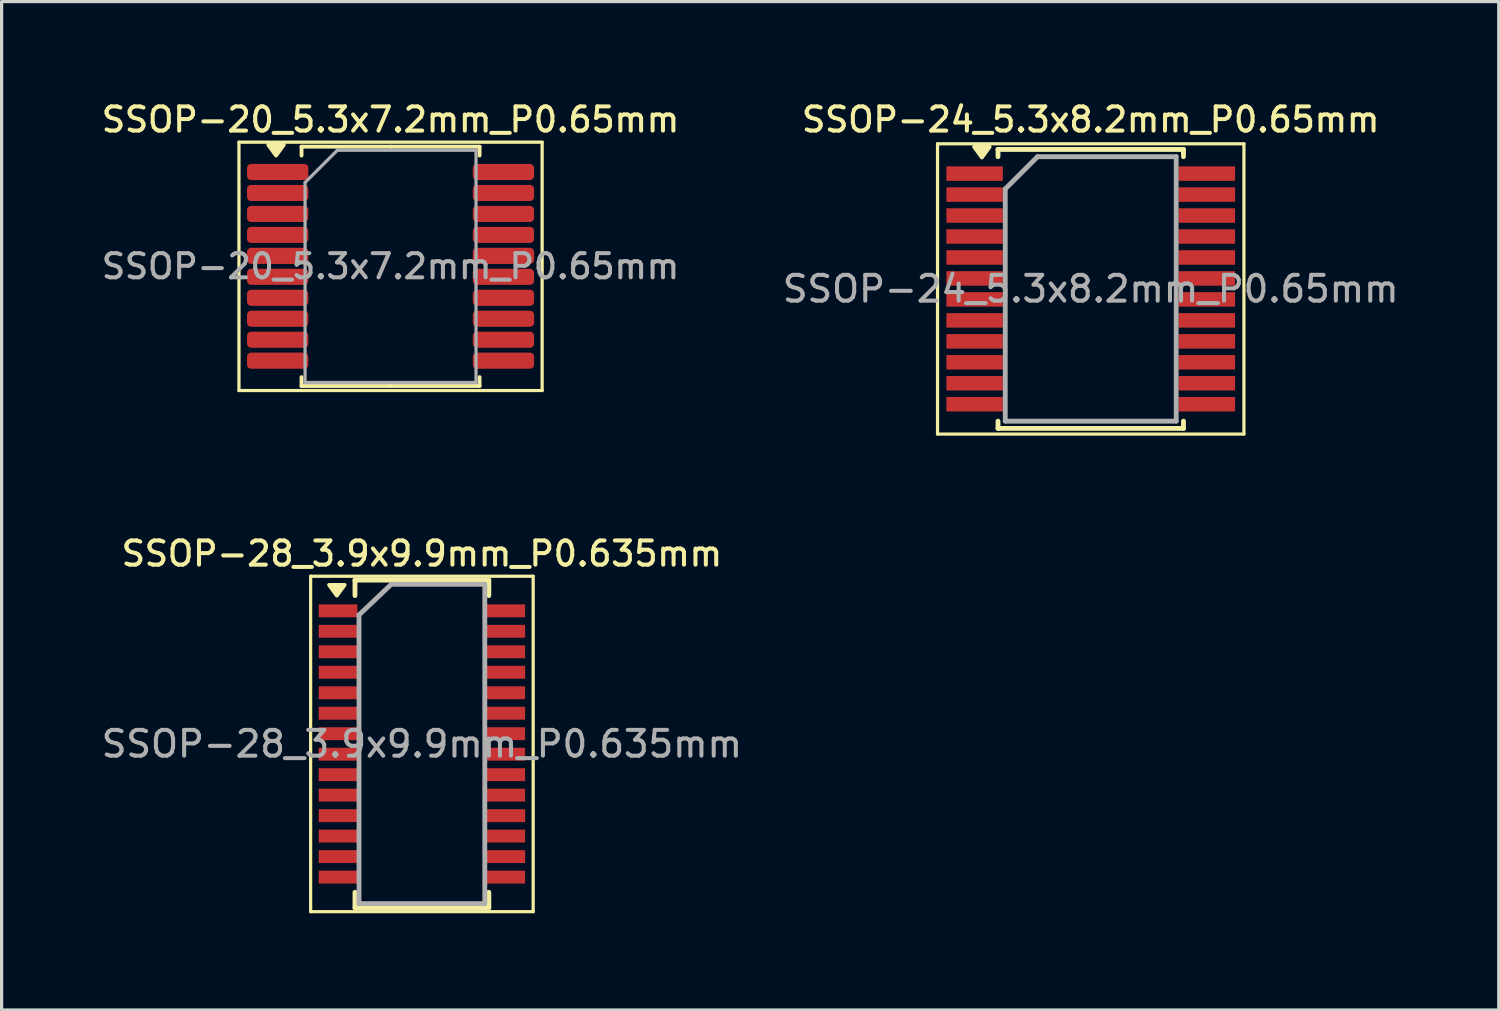
<source format=kicad_pcb>
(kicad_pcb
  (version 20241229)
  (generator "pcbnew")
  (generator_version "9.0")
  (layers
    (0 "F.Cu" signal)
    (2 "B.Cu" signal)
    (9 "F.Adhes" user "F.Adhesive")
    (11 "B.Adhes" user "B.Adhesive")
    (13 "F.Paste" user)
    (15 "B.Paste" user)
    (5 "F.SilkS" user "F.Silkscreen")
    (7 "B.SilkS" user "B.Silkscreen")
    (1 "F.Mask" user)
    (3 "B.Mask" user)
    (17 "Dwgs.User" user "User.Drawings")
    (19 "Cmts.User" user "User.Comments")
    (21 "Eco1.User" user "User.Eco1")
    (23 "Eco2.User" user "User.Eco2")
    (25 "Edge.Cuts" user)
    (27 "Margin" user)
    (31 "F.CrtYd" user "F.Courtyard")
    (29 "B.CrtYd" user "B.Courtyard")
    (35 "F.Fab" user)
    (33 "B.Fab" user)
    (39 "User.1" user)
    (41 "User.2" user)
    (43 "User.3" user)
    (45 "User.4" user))
  (footprint "SSOP-20_5.3x7.2mm_P0.65mm"
    (layer "F.Cu")
    (at 9.059 5.208)
    (property "Reference" "SSOP-20_5.3x7.2mm_P0.65mm" (at 0 -4.55 0) (layer "F.SilkS") (effects (font (size 0.75 0.75) (thickness 0.125))))
    (attr smd)
    (fp_line (start -4.7 -3.85) (end -4.7 3.85) (stroke (width 0.1) (type solid)) (layer "F.SilkS"))
    (fp_line (start -4.7 3.85) (end 4.7 3.85) (stroke (width 0.1) (type solid)) (layer "F.SilkS"))
    (fp_line (start -2.76 -3.71) (end -2.76 -3.435) (stroke (width 0.12) (type solid)) (layer "F.SilkS"))
    (fp_line (start -2.76 3.71) (end -2.76 3.435) (stroke (width 0.12) (type solid)) (layer "F.SilkS"))
    (fp_line (start 0 -3.71) (end -2.76 -3.71) (stroke (width 0.12) (type solid)) (layer "F.SilkS"))
    (fp_line (start 0 -3.71) (end 2.76 -3.71) (stroke (width 0.12) (type solid)) (layer "F.SilkS"))
    (fp_line (start 0 3.71) (end -2.76 3.71) (stroke (width 0.12) (type solid)) (layer "F.SilkS"))
    (fp_line (start 0 3.71) (end 2.76 3.71) (stroke (width 0.12) (type solid)) (layer "F.SilkS"))
    (fp_line (start 2.76 -3.71) (end 2.76 -3.435) (stroke (width 0.12) (type solid)) (layer "F.SilkS"))
    (fp_line (start 2.76 3.71) (end 2.76 3.435) (stroke (width 0.12) (type solid)) (layer "F.SilkS"))
    (fp_line (start 4.7 -3.85) (end -4.7 -3.85) (stroke (width 0.1) (type solid)) (layer "F.SilkS"))
    (fp_line (start 4.7 3.85) (end 4.7 -3.85) (stroke (width 0.1) (type solid)) (layer "F.SilkS"))
    (fp_poly (pts (xy -3.55 -3.435) (xy -3.79 -3.765) (xy -3.31 -3.765) (xy -3.55 -3.435)) (stroke (width 0.12) (type solid)) (fill yes) (layer "F.SilkS"))
    (fp_line (start -2.65 -2.6) (end -1.65 -3.6) (stroke (width 0.1) (type solid)) (layer "F.Fab"))
    (fp_line (start -2.65 3.6) (end -2.65 -2.6) (stroke (width 0.1) (type solid)) (layer "F.Fab"))
    (fp_line (start -1.65 -3.6) (end 2.65 -3.6) (stroke (width 0.1) (type solid)) (layer "F.Fab"))
    (fp_line (start 2.65 -3.6) (end 2.65 3.6) (stroke (width 0.1) (type solid)) (layer "F.Fab"))
    (fp_line (start 2.65 3.6) (end -2.65 3.6) (stroke (width 0.1) (type solid)) (layer "F.Fab"))
    (fp_text user "${REFERENCE}" (at 0 0 0) (layer "F.Fab") (effects (font (size 0.75 0.75) (thickness 0.125))))
    (pad "1" smd roundrect (at -3.5 -2.925) (size 1.9 0.5) (layers "F.Cu" "F.Mask" "F.Paste") (roundrect_rratio 0.25))
    (pad "2" smd roundrect (at -3.5 -2.275) (size 1.9 0.5) (layers "F.Cu" "F.Mask" "F.Paste") (roundrect_rratio 0.25))
    (pad "3" smd roundrect (at -3.5 -1.625) (size 1.9 0.5) (layers "F.Cu" "F.Mask" "F.Paste") (roundrect_rratio 0.25))
    (pad "4" smd roundrect (at -3.5 -0.975) (size 1.9 0.5) (layers "F.Cu" "F.Mask" "F.Paste") (roundrect_rratio 0.25))
    (pad "5" smd roundrect (at -3.5 -0.325) (size 1.9 0.5) (layers "F.Cu" "F.Mask" "F.Paste") (roundrect_rratio 0.25))
    (pad "6" smd roundrect (at -3.5 0.325) (size 1.9 0.5) (layers "F.Cu" "F.Mask" "F.Paste") (roundrect_rratio 0.25))
    (pad "7" smd roundrect (at -3.5 0.975) (size 1.9 0.5) (layers "F.Cu" "F.Mask" "F.Paste") (roundrect_rratio 0.25))
    (pad "8" smd roundrect (at -3.5 1.625) (size 1.9 0.5) (layers "F.Cu" "F.Mask" "F.Paste") (roundrect_rratio 0.25))
    (pad "9" smd roundrect (at -3.5 2.275) (size 1.9 0.5) (layers "F.Cu" "F.Mask" "F.Paste") (roundrect_rratio 0.25))
    (pad "10" smd roundrect (at -3.5 2.925) (size 1.9 0.5) (layers "F.Cu" "F.Mask" "F.Paste") (roundrect_rratio 0.25))
    (pad "11" smd roundrect (at 3.5 2.925) (size 1.9 0.5) (layers "F.Cu" "F.Mask" "F.Paste") (roundrect_rratio 0.25))
    (pad "12" smd roundrect (at 3.5 2.275) (size 1.9 0.5) (layers "F.Cu" "F.Mask" "F.Paste") (roundrect_rratio 0.25))
    (pad "13" smd roundrect (at 3.5 1.625) (size 1.9 0.5) (layers "F.Cu" "F.Mask" "F.Paste") (roundrect_rratio 0.25))
    (pad "14" smd roundrect (at 3.5 0.975) (size 1.9 0.5) (layers "F.Cu" "F.Mask" "F.Paste") (roundrect_rratio 0.25))
    (pad "15" smd roundrect (at 3.5 0.325) (size 1.9 0.5) (layers "F.Cu" "F.Mask" "F.Paste") (roundrect_rratio 0.25))
    (pad "16" smd roundrect (at 3.5 -0.325) (size 1.9 0.5) (layers "F.Cu" "F.Mask" "F.Paste") (roundrect_rratio 0.25))
    (pad "17" smd roundrect (at 3.5 -0.975) (size 1.9 0.5) (layers "F.Cu" "F.Mask" "F.Paste") (roundrect_rratio 0.25))
    (pad "18" smd roundrect (at 3.5 -1.625) (size 1.9 0.5) (layers "F.Cu" "F.Mask" "F.Paste") (roundrect_rratio 0.25))
    (pad "19" smd roundrect (at 3.5 -2.275) (size 1.9 0.5) (layers "F.Cu" "F.Mask" "F.Paste") (roundrect_rratio 0.25))
    (pad "20" smd roundrect (at 3.5 -2.925) (size 1.9 0.5) (layers "F.Cu" "F.Mask" "F.Paste") (roundrect_rratio 0.25)))
  (footprint "SSOP-28_3.9x9.9mm_P0.635mm"
    (layer "F.Cu")
    (at 10.031 20.016)
    (property "Reference" "SSOP-28_3.9x9.9mm_P0.635mm" (at 0 -5.9 0) (layer "F.SilkS") (effects (font (size 0.75 0.75) (thickness 0.125))))
    (attr smd)
    (fp_line (start -3.45 -5.2) (end -3.45 5.2) (stroke (width 0.1) (type solid)) (layer "F.SilkS"))
    (fp_line (start -3.45 -5.2) (end 3.45 -5.2) (stroke (width 0.1) (type solid)) (layer "F.SilkS"))
    (fp_line (start -3.45 5.2) (end 3.45 5.2) (stroke (width 0.1) (type solid)) (layer "F.SilkS"))
    (fp_line (start -2.075 -5.08) (end -2.075 -4.6) (stroke (width 0.15) (type solid)) (layer "F.SilkS"))
    (fp_line (start -2.075 -5.08) (end 2.075 -5.08) (stroke (width 0.15) (type solid)) (layer "F.SilkS"))
    (fp_line (start -2.075 5.08) (end -2.075 4.6) (stroke (width 0.15) (type solid)) (layer "F.SilkS"))
    (fp_line (start -2.075 5.08) (end 2.075 5.08) (stroke (width 0.15) (type solid)) (layer "F.SilkS"))
    (fp_line (start 2.075 -5.08) (end 2.075 -4.6) (stroke (width 0.15) (type solid)) (layer "F.SilkS"))
    (fp_line (start 2.075 5.08) (end 2.075 4.6) (stroke (width 0.15) (type solid)) (layer "F.SilkS"))
    (fp_line (start 3.45 -5.2) (end 3.45 5.2) (stroke (width 0.1) (type solid)) (layer "F.SilkS"))
    (fp_poly (pts (xy -2.638 -4.6) (xy -2.877 -4.93) (xy -2.397 -4.93) (xy -2.638 -4.6)) (stroke (width 0.12) (type solid)) (fill yes) (layer "F.SilkS"))
    (fp_line (start -1.95 -4) (end -0.95 -4.95) (stroke (width 0.15) (type solid)) (layer "F.Fab"))
    (fp_line (start -1.95 4.95) (end -1.95 -4) (stroke (width 0.15) (type solid)) (layer "F.Fab"))
    (fp_line (start -0.95 -4.95) (end 1.95 -4.95) (stroke (width 0.15) (type solid)) (layer "F.Fab"))
    (fp_line (start 1.95 -4.95) (end 1.95 4.95) (stroke (width 0.15) (type solid)) (layer "F.Fab"))
    (fp_line (start 1.95 4.95) (end -1.95 4.95) (stroke (width 0.15) (type solid)) (layer "F.Fab"))
    (fp_text user "${REFERENCE}" (at 0 0 0) (layer "F.Fab") (effects (font (size 0.8 0.8) (thickness 0.125))))
    (pad "1" smd rect (at -2.6 -4.128) (size 1.2 0.4) (layers "F.Cu" "F.Mask" "F.Paste"))
    (pad "2" smd rect (at -2.6 -3.493) (size 1.2 0.4) (layers "F.Cu" "F.Mask" "F.Paste"))
    (pad "3" smd rect (at -2.6 -2.857) (size 1.2 0.4) (layers "F.Cu" "F.Mask" "F.Paste"))
    (pad "4" smd rect (at -2.6 -2.223) (size 1.2 0.4) (layers "F.Cu" "F.Mask" "F.Paste"))
    (pad "5" smd rect (at -2.6 -1.587) (size 1.2 0.4) (layers "F.Cu" "F.Mask" "F.Paste"))
    (pad "6" smd rect (at -2.6 -0.953) (size 1.2 0.4) (layers "F.Cu" "F.Mask" "F.Paste"))
    (pad "7" smd rect (at -2.6 -0.318) (size 1.2 0.4) (layers "F.Cu" "F.Mask" "F.Paste"))
    (pad "8" smd rect (at -2.6 0.318) (size 1.2 0.4) (layers "F.Cu" "F.Mask" "F.Paste"))
    (pad "9" smd rect (at -2.6 0.953) (size 1.2 0.4) (layers "F.Cu" "F.Mask" "F.Paste"))
    (pad "10" smd rect (at -2.6 1.587) (size 1.2 0.4) (layers "F.Cu" "F.Mask" "F.Paste"))
    (pad "11" smd rect (at -2.6 2.223) (size 1.2 0.4) (layers "F.Cu" "F.Mask" "F.Paste"))
    (pad "12" smd rect (at -2.6 2.857) (size 1.2 0.4) (layers "F.Cu" "F.Mask" "F.Paste"))
    (pad "13" smd rect (at -2.6 3.493) (size 1.2 0.4) (layers "F.Cu" "F.Mask" "F.Paste"))
    (pad "14" smd rect (at -2.6 4.128) (size 1.2 0.4) (layers "F.Cu" "F.Mask" "F.Paste"))
    (pad "15" smd rect (at 2.6 4.128) (size 1.2 0.4) (layers "F.Cu" "F.Mask" "F.Paste"))
    (pad "16" smd rect (at 2.6 3.493) (size 1.2 0.4) (layers "F.Cu" "F.Mask" "F.Paste"))
    (pad "17" smd rect (at 2.6 2.857) (size 1.2 0.4) (layers "F.Cu" "F.Mask" "F.Paste"))
    (pad "18" smd rect (at 2.6 2.223) (size 1.2 0.4) (layers "F.Cu" "F.Mask" "F.Paste"))
    (pad "19" smd rect (at 2.6 1.587) (size 1.2 0.4) (layers "F.Cu" "F.Mask" "F.Paste"))
    (pad "20" smd rect (at 2.6 0.953) (size 1.2 0.4) (layers "F.Cu" "F.Mask" "F.Paste"))
    (pad "21" smd rect (at 2.6 0.318) (size 1.2 0.4) (layers "F.Cu" "F.Mask" "F.Paste"))
    (pad "22" smd rect (at 2.6 -0.318) (size 1.2 0.4) (layers "F.Cu" "F.Mask" "F.Paste"))
    (pad "23" smd rect (at 2.6 -0.953) (size 1.2 0.4) (layers "F.Cu" "F.Mask" "F.Paste"))
    (pad "24" smd rect (at 2.6 -1.587) (size 1.2 0.4) (layers "F.Cu" "F.Mask" "F.Paste"))
    (pad "25" smd rect (at 2.6 -2.223) (size 1.2 0.4) (layers "F.Cu" "F.Mask" "F.Paste"))
    (pad "26" smd rect (at 2.6 -2.857) (size 1.2 0.4) (layers "F.Cu" "F.Mask" "F.Paste"))
    (pad "27" smd rect (at 2.6 -3.493) (size 1.2 0.4) (layers "F.Cu" "F.Mask" "F.Paste"))
    (pad "28" smd rect (at 2.6 -4.128) (size 1.2 0.4) (layers "F.Cu" "F.Mask" "F.Paste")))
  (footprint "SSOP-24_5.3x8.2mm_P0.65mm"
    (layer "F.Cu")
    (at 30.768 5.908)
    (property "Reference" "SSOP-24_5.3x8.2mm_P0.65mm" (at 0 -5.25 0) (layer "F.SilkS") (effects (font (size 0.75 0.75) (thickness 0.125))))
    (attr smd)
    (fp_line (start -4.75 -4.5) (end -4.75 4.5) (stroke (width 0.1) (type solid)) (layer "F.SilkS"))
    (fp_line (start -4.75 -4.5) (end 4.75 -4.5) (stroke (width 0.1) (type solid)) (layer "F.SilkS"))
    (fp_line (start -4.75 4.5) (end 4.75 4.5) (stroke (width 0.1) (type solid)) (layer "F.SilkS"))
    (fp_line (start -2.875 -4.325) (end -2.875 -4.1) (stroke (width 0.15) (type solid)) (layer "F.SilkS"))
    (fp_line (start -2.875 -4.325) (end 2.875 -4.325) (stroke (width 0.15) (type solid)) (layer "F.SilkS"))
    (fp_line (start -2.875 4.325) (end -2.875 4.1) (stroke (width 0.15) (type solid)) (layer "F.SilkS"))
    (fp_line (start -2.875 4.325) (end 2.875 4.325) (stroke (width 0.15) (type solid)) (layer "F.SilkS"))
    (fp_line (start 2.875 -4.325) (end 2.875 -4.1) (stroke (width 0.15) (type solid)) (layer "F.SilkS"))
    (fp_line (start 2.875 4.325) (end 2.875 4.1) (stroke (width 0.15) (type solid)) (layer "F.SilkS"))
    (fp_line (start 4.75 -4.5) (end 4.75 4.5) (stroke (width 0.1) (type solid)) (layer "F.SilkS"))
    (fp_poly (pts (xy -3.375 -4.075) (xy -3.615 -4.405) (xy -3.135 -4.405) (xy -3.375 -4.075)) (stroke (width 0.12) (type solid)) (fill yes) (layer "F.SilkS"))
    (fp_line (start -2.65 -3.1) (end -1.65 -4.1) (stroke (width 0.15) (type solid)) (layer "F.Fab"))
    (fp_line (start -2.65 4.1) (end -2.65 -3.1) (stroke (width 0.15) (type solid)) (layer "F.Fab"))
    (fp_line (start -1.65 -4.1) (end 2.65 -4.1) (stroke (width 0.15) (type solid)) (layer "F.Fab"))
    (fp_line (start 2.65 -4.1) (end 2.65 4.1) (stroke (width 0.15) (type solid)) (layer "F.Fab"))
    (fp_line (start 2.65 4.1) (end -2.65 4.1) (stroke (width 0.15) (type solid)) (layer "F.Fab"))
    (fp_text user "${REFERENCE}" (at 0 0 0) (layer "F.Fab") (effects (font (size 0.8 0.8) (thickness 0.125))))
    (pad "1" smd rect (at -3.6 -3.575) (size 1.75 0.45) (layers "F.Cu" "F.Mask" "F.Paste"))
    (pad "2" smd rect (at -3.6 -2.925) (size 1.75 0.45) (layers "F.Cu" "F.Mask" "F.Paste"))
    (pad "3" smd rect (at -3.6 -2.275) (size 1.75 0.45) (layers "F.Cu" "F.Mask" "F.Paste"))
    (pad "4" smd rect (at -3.6 -1.625) (size 1.75 0.45) (layers "F.Cu" "F.Mask" "F.Paste"))
    (pad "5" smd rect (at -3.6 -0.975) (size 1.75 0.45) (layers "F.Cu" "F.Mask" "F.Paste"))
    (pad "6" smd rect (at -3.6 -0.325) (size 1.75 0.45) (layers "F.Cu" "F.Mask" "F.Paste"))
    (pad "7" smd rect (at -3.6 0.325) (size 1.75 0.45) (layers "F.Cu" "F.Mask" "F.Paste"))
    (pad "8" smd rect (at -3.6 0.975) (size 1.75 0.45) (layers "F.Cu" "F.Mask" "F.Paste"))
    (pad "9" smd rect (at -3.6 1.625) (size 1.75 0.45) (layers "F.Cu" "F.Mask" "F.Paste"))
    (pad "10" smd rect (at -3.6 2.275) (size 1.75 0.45) (layers "F.Cu" "F.Mask" "F.Paste"))
    (pad "11" smd rect (at -3.6 2.925) (size 1.75 0.45) (layers "F.Cu" "F.Mask" "F.Paste"))
    (pad "12" smd rect (at -3.6 3.575) (size 1.75 0.45) (layers "F.Cu" "F.Mask" "F.Paste"))
    (pad "13" smd rect (at 3.6 3.575) (size 1.75 0.45) (layers "F.Cu" "F.Mask" "F.Paste"))
    (pad "14" smd rect (at 3.6 2.925) (size 1.75 0.45) (layers "F.Cu" "F.Mask" "F.Paste"))
    (pad "15" smd rect (at 3.6 2.275) (size 1.75 0.45) (layers "F.Cu" "F.Mask" "F.Paste"))
    (pad "16" smd rect (at 3.6 1.625) (size 1.75 0.45) (layers "F.Cu" "F.Mask" "F.Paste"))
    (pad "17" smd rect (at 3.6 0.975) (size 1.75 0.45) (layers "F.Cu" "F.Mask" "F.Paste"))
    (pad "18" smd rect (at 3.6 0.325) (size 1.75 0.45) (layers "F.Cu" "F.Mask" "F.Paste"))
    (pad "19" smd rect (at 3.6 -0.325) (size 1.75 0.45) (layers "F.Cu" "F.Mask" "F.Paste"))
    (pad "20" smd rect (at 3.6 -0.975) (size 1.75 0.45) (layers "F.Cu" "F.Mask" "F.Paste"))
    (pad "21" smd rect (at 3.6 -1.625) (size 1.75 0.45) (layers "F.Cu" "F.Mask" "F.Paste"))
    (pad "22" smd rect (at 3.6 -2.275) (size 1.75 0.45) (layers "F.Cu" "F.Mask" "F.Paste"))
    (pad "23" smd rect (at 3.6 -2.925) (size 1.75 0.45) (layers "F.Cu" "F.Mask" "F.Paste"))
    (pad "24" smd rect (at 3.6 -3.575) (size 1.75 0.45) (layers "F.Cu" "F.Mask" "F.Paste")))
  (gr_rect
    (start -3 -3)
    (end 43.419 28.266)
    (stroke (width 0.1) (type default))
    (fill no)
    (layer "Edge.Cuts")))
</source>
